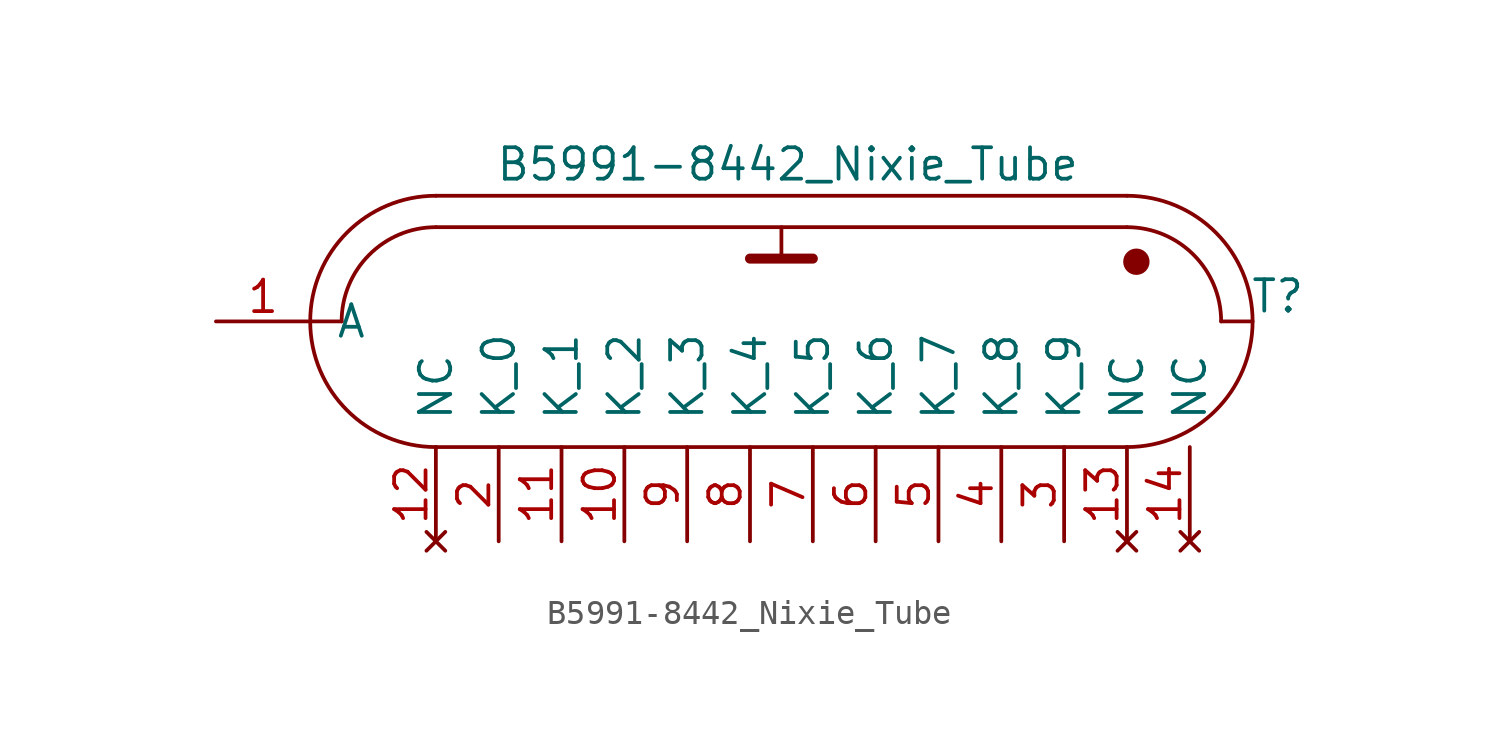
<source format=kicad_sym>
(kicad_symbol_lib
  (version 20231120)
  (generator "kicad_symbol_editor")
  (generator_version "8.0")
  (symbol "B5991-8442_Nixie_Tube"
    (pin_names
      (offset 1.016))
    (property "Reference" "T"
      (at 20.066 1.016 0)
      (effects (font (size 1.27 1.27))))
    (property "Value" "B5991-8442_Nixie_Tube"
      (at 0.254 6.35 0)
      (effects (font (size 1.27 1.27))))
    (symbol "B5991-8442_Nixie_Tube_0_0"
      (polyline (pts (xy -13.97 -5.08) (xy 13.97 -5.08)) (stroke (width 0) (type solid)) (fill (type none)))
      (polyline (pts (xy 13.97 3.81) (xy -13.97 3.81)) (stroke (width 0) (type solid)) (fill (type none)))
      (polyline (pts (xy 13.97 5.08) (xy -13.97 5.08)) (stroke (width 0) (type solid)) (fill (type none)))
      (circle (center 14.351 2.413) (radius 0.457) (stroke (width 0) (type solid)) (fill (type outline))))
    (symbol "B5991-8442_Nixie_Tube_0_1"
      (arc (start -13.97 3.81) (mid -16.6641 2.6941) (end -17.78 0) (stroke (width 0) (type solid)) (fill (type none)))
      (arc (start -13.97 5.08) (mid -19.05 0) (end -13.97 -5.08) (stroke (width 0) (type solid)) (fill (type none)))
      (polyline (pts (xy -19.05 0) (xy -17.78 0)) (stroke (width 0) (type solid)) (fill (type none)))
      (polyline (pts (xy -1.27 2.54) (xy 1.27 2.54)) (stroke (width 0.406) (type solid)) (fill (type none)))
      (polyline (pts (xy 0 3.81) (xy 0 2.54)) (stroke (width 0) (type solid)) (fill (type none)))
      (polyline (pts (xy 17.78 0) (xy 19.05 0)) (stroke (width 0) (type solid)) (fill (type none)))
      (arc (start 13.97 -5.08) (mid 19.05 0) (end 13.97 5.08) (stroke (width 0) (type solid)) (fill (type none)))
      (arc (start 17.78 0) (mid 16.6641 2.6941) (end 13.97 3.81) (stroke (width 0) (type solid)) (fill (type none))))
    (symbol "B5991-8442_Nixie_Tube_1_1"
      (pin power_in line (at -22.86 0 0) (length 3.81) (name "A" (effects (font (size 1.27 1.27)))) (number "1" (effects (font (size 1.27 1.27)))))
      (pin power_in line (at -6.35 -8.89 90) (length 3.81) (name "K_2" (effects (font (size 1.27 1.27)))) (number "10" (effects (font (size 1.27 1.27)))))
      (pin power_in line (at -8.89 -8.89 90) (length 3.81) (name "K_1" (effects (font (size 1.27 1.27)))) (number "11" (effects (font (size 1.27 1.27)))))
      (pin no_connect line (at -13.97 -8.89 90) (length 3.81) (name "NC" (effects (font (size 1.27 1.27)))) (number "12" (effects (font (size 1.27 1.27)))))
      (pin no_connect line (at 13.97 -8.89 90) (length 3.81) (name "NC" (effects (font (size 1.27 1.27)))) (number "13" (effects (font (size 1.27 1.27)))))
      (pin no_connect line (at 16.51 -8.89 90) (length 3.81) (name "NC" (effects (font (size 1.27 1.27)))) (number "14" (effects (font (size 1.27 1.27)))))
      (pin power_in line (at -11.43 -8.89 90) (length 3.81) (name "K_0" (effects (font (size 1.27 1.27)))) (number "2" (effects (font (size 1.27 1.27)))))
      (pin power_in line (at 11.43 -8.89 90) (length 3.81) (name "K_9" (effects (font (size 1.27 1.27)))) (number "3" (effects (font (size 1.27 1.27)))))
      (pin power_in line (at 8.89 -8.89 90) (length 3.81) (name "K_8" (effects (font (size 1.27 1.27)))) (number "4" (effects (font (size 1.27 1.27)))))
      (pin power_in line (at 6.35 -8.89 90) (length 3.81) (name "K_7" (effects (font (size 1.27 1.27)))) (number "5" (effects (font (size 1.27 1.27)))))
      (pin power_in line (at 3.81 -8.89 90) (length 3.81) (name "K_6" (effects (font (size 1.27 1.27)))) (number "6" (effects (font (size 1.27 1.27)))))
      (pin power_in line (at 1.27 -8.89 90) (length 3.81) (name "K_5" (effects (font (size 1.27 1.27)))) (number "7" (effects (font (size 1.27 1.27)))))
      (pin power_in line (at -1.27 -8.89 90) (length 3.81) (name "K_4" (effects (font (size 1.27 1.27)))) (number "8" (effects (font (size 1.27 1.27)))))
      (pin power_in line (at -3.81 -8.89 90) (length 3.81) (name "K_3" (effects (font (size 1.27 1.27)))) (number "9" (effects (font (size 1.27 1.27))))))))
</source>
